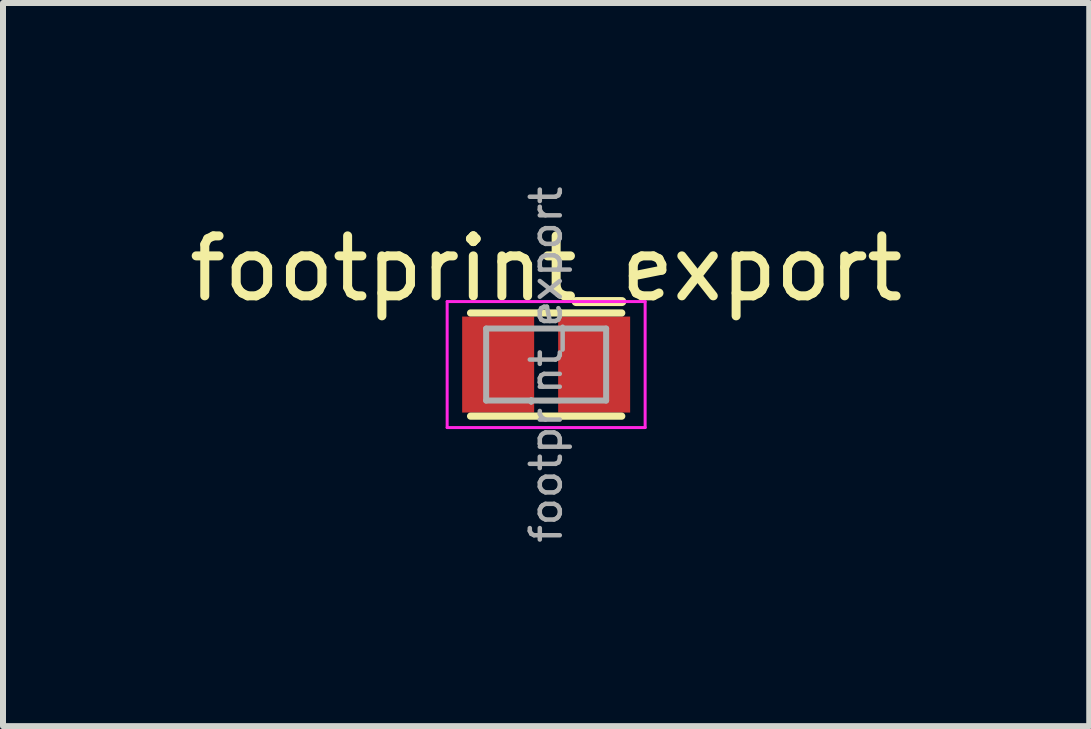
<source format=kicad_pcb>
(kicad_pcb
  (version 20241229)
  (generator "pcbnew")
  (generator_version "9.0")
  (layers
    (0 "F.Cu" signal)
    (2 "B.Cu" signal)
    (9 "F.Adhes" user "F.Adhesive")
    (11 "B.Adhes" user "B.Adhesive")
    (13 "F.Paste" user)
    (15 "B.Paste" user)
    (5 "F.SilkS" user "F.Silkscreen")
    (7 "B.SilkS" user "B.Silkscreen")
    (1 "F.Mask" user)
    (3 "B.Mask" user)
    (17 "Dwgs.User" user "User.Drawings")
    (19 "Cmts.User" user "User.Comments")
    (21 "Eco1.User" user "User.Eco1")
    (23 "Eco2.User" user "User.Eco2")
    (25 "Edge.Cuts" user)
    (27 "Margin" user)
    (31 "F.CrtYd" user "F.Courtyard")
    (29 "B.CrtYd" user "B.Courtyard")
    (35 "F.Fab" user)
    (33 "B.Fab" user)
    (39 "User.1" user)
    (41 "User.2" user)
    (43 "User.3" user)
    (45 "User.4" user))
  (footprint "footprint_export"
    (layer "F.Cu")
    (at 6.054 3.027)
    (property "Reference" "footprint_export" (at 0 -1.6 0) (layer "F.SilkS") (effects (font (size 1 1) (thickness 0.15))))
    (attr smd)
    (fp_line (start -1.26 -0.86) (end 1.26 -0.86) (stroke (width 0.12) (type solid)) (layer "F.SilkS"))
    (fp_line (start -1.26 0.86) (end 1.26 0.86) (stroke (width 0.12) (type solid)) (layer "F.SilkS"))
    (fp_line (start -1.65 -1.05) (end -1.65 1.05) (stroke (width 0.05) (type solid)) (layer "F.CrtYd"))
    (fp_line (start -1.65 1.05) (end 1.65 1.05) (stroke (width 0.05) (type solid)) (layer "F.CrtYd"))
    (fp_line (start 1.65 -1.05) (end -1.65 -1.05) (stroke (width 0.05) (type solid)) (layer "F.CrtYd"))
    (fp_line (start 1.65 1.05) (end 1.65 -1.05) (stroke (width 0.05) (type solid)) (layer "F.CrtYd"))
    (fp_line (start -1 -0.6) (end -1 0.6) (stroke (width 0.1) (type solid)) (layer "F.Fab"))
    (fp_line (start -1 0.6) (end 1 0.6) (stroke (width 0.1) (type solid)) (layer "F.Fab"))
    (fp_line (start 1 -0.6) (end -1 -0.6) (stroke (width 0.1) (type solid)) (layer "F.Fab"))
    (fp_line (start 1 0.6) (end 1 -0.6) (stroke (width 0.1) (type solid)) (layer "F.Fab"))
    (fp_text user "${REFERENCE}" (at 0 0 90) (layer "F.Fab") (effects (font (size 0.5 0.5) (thickness 0.075))))
    (pad "1" smd rect (at -0.8 0) (size 1.2 1.6) (layers "F.Cu" "F.Mask" "F.Paste"))
    (pad "2" smd rect (at 0.8 0) (size 1.2 1.6) (layers "F.Cu" "F.Mask" "F.Paste")))
  (gr_rect
    (start -3 -3)
    (end 15.107 9.054)
    (stroke (width 0.1) (type default))
    (fill no)
    (layer "Edge.Cuts")))
</source>
